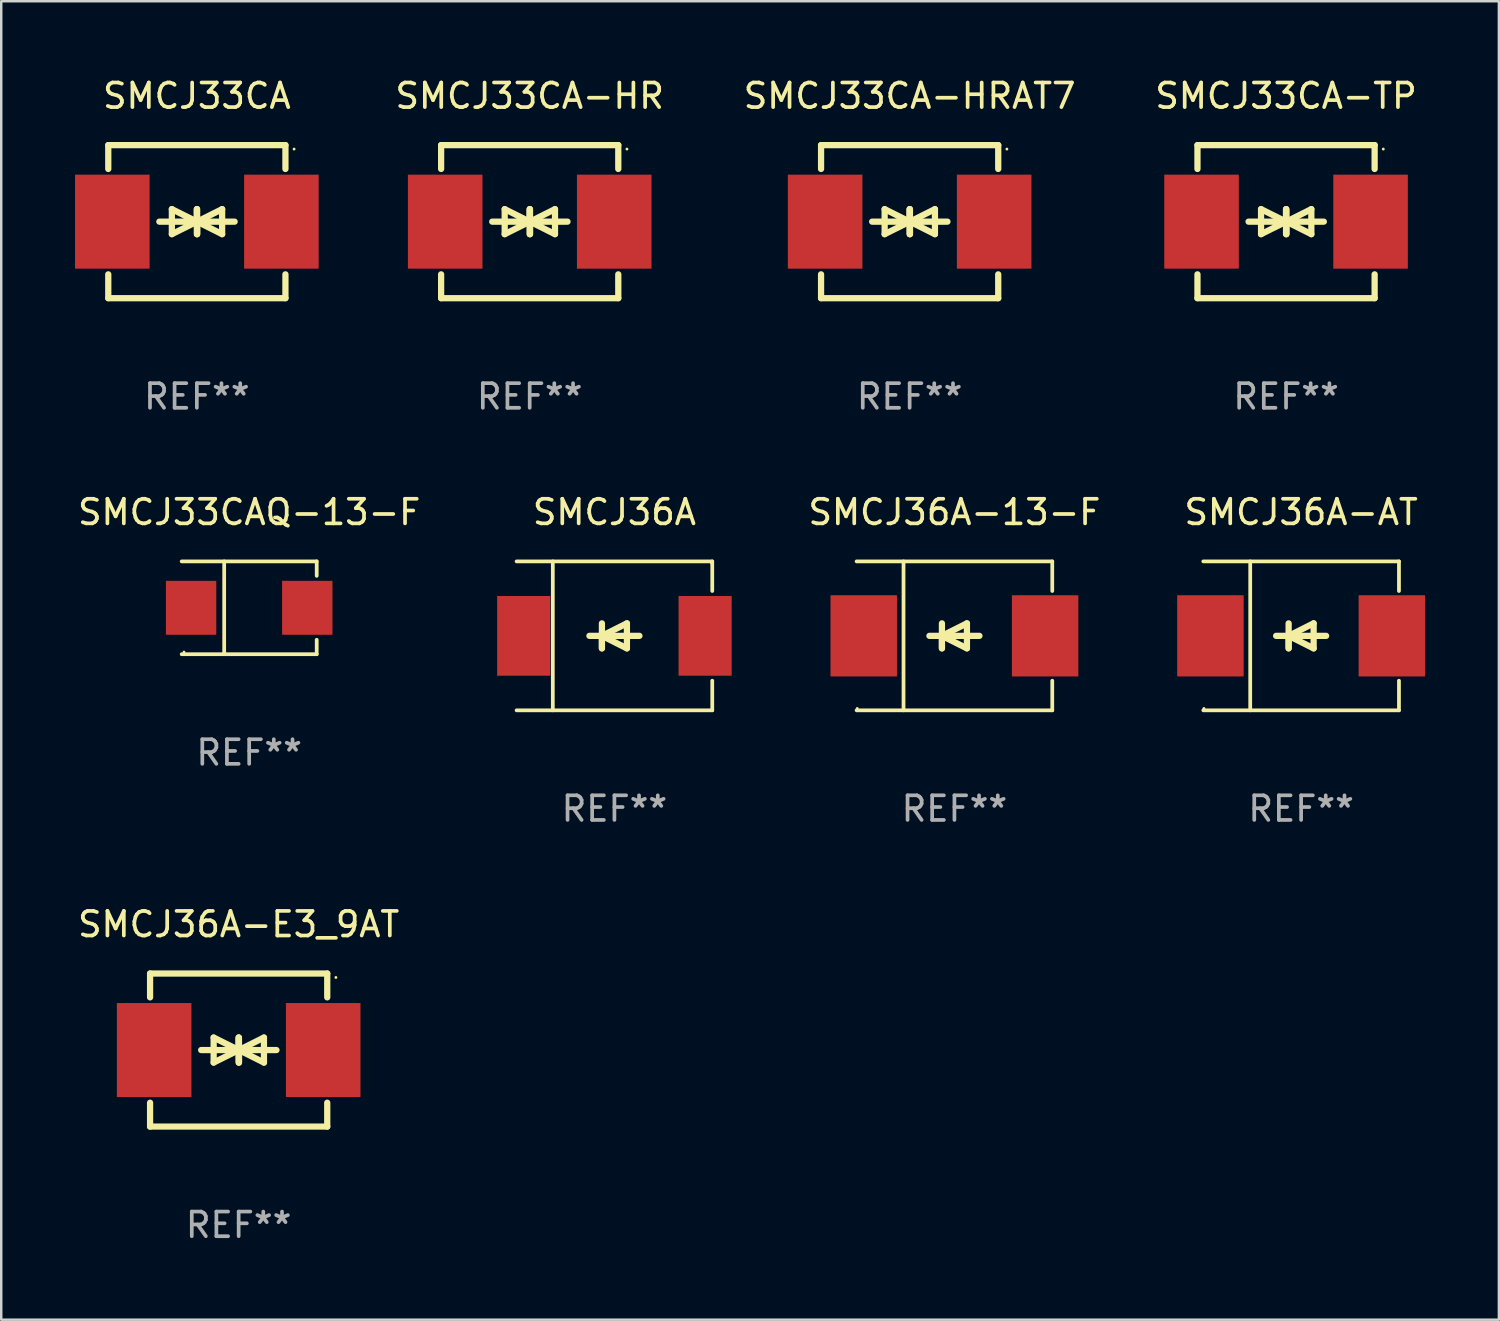
<source format=kicad_pcb>
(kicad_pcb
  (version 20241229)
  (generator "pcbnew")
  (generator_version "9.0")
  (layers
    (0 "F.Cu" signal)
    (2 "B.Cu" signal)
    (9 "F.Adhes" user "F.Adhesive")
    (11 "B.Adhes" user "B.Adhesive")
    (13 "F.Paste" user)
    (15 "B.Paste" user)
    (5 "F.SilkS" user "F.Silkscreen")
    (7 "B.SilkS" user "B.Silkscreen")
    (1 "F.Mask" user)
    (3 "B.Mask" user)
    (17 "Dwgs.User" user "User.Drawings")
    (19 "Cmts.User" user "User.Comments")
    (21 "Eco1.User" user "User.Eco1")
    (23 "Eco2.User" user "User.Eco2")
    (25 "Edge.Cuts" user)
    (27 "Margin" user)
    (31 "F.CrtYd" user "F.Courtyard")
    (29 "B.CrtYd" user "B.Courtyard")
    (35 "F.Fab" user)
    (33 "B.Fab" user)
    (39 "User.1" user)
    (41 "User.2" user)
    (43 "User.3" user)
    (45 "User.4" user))
  (footprint "SMCJ36A-13-F"
    (layer "F.Cu")
    (at 35.738 22.791)
    (property "Reference" "SMCJ36A-13-F" (at 0 -5.026 0) (layer "F.SilkS") (effects (font (size 1 1) (thickness 0.15))))
    (attr through_hole)
    (fp_line (start -3.976 -3.026) (end 3.976 -3.026) (stroke (width 0.152) (type solid)) (layer "F.SilkS"))
    (fp_line (start -3.976 3.026) (end 3.976 3.026) (stroke (width 0.152) (type solid)) (layer "F.SilkS"))
    (fp_line (start -2.069 -3.026) (end -2.069 3.026) (stroke (width 0.152) (type solid)) (layer "F.SilkS"))
    (fp_line (start -0.508 0) (end -0.508 0.508) (stroke (width 0.254) (type solid)) (layer "F.SilkS"))
    (fp_line (start -0.508 0) (end 0.508 0.508) (stroke (width 0.254) (type solid)) (layer "F.SilkS"))
    (fp_line (start -0.508 0.508) (end -0.508 -0.508) (stroke (width 0.254) (type solid)) (layer "F.SilkS"))
    (fp_line (start 0.508 -0.508) (end -0.508 0) (stroke (width 0.254) (type solid)) (layer "F.SilkS"))
    (fp_line (start 0.508 0.508) (end 0.508 -0.508) (stroke (width 0.254) (type solid)) (layer "F.SilkS"))
    (fp_line (start 1.016 0) (end -1.016 0) (stroke (width 0.254) (type solid)) (layer "F.SilkS"))
    (fp_line (start 3.976 -3.026) (end 3.976 -1.823) (stroke (width 0.152) (type solid)) (layer "F.SilkS"))
    (fp_line (start 3.976 3.026) (end 3.976 1.823) (stroke (width 0.152) (type solid)) (layer "F.SilkS"))
    (fp_circle (center -3.95 2.95) (end -3.92 2.95) (stroke (width 0.06) (type solid)) (fill no) (layer "F.SilkS"))
    (fp_text user "REF**" (at 0 7.026 0) (layer "F.Fab") (effects (font (size 1 1) (thickness 0.15))))
    (pad "1" smd rect (at -3.686 0) (size 2.7 3.3) (layers "F.Cu" "F.Mask" "F.Paste"))
    (pad "2" smd rect (at 3.686 0) (size 2.7 3.3) (layers "F.Cu" "F.Mask" "F.Paste")))
  (footprint "SMCJ36A-AT"
    (layer "F.Cu")
    (at 49.828 22.791)
    (property "Reference" "SMCJ36A-AT" (at 0 -5.026 0) (layer "F.SilkS") (effects (font (size 1 1) (thickness 0.15))))
    (attr through_hole)
    (fp_line (start -3.976 -3.026) (end 3.976 -3.026) (stroke (width 0.152) (type solid)) (layer "F.SilkS"))
    (fp_line (start -3.976 3.026) (end 3.976 3.026) (stroke (width 0.152) (type solid)) (layer "F.SilkS"))
    (fp_line (start -2.069 -3.026) (end -2.069 3.026) (stroke (width 0.152) (type solid)) (layer "F.SilkS"))
    (fp_line (start -0.508 0) (end -0.508 0.508) (stroke (width 0.254) (type solid)) (layer "F.SilkS"))
    (fp_line (start -0.508 0) (end 0.508 0.508) (stroke (width 0.254) (type solid)) (layer "F.SilkS"))
    (fp_line (start -0.508 0.508) (end -0.508 -0.508) (stroke (width 0.254) (type solid)) (layer "F.SilkS"))
    (fp_line (start 0.508 -0.508) (end -0.508 0) (stroke (width 0.254) (type solid)) (layer "F.SilkS"))
    (fp_line (start 0.508 0.508) (end 0.508 -0.508) (stroke (width 0.254) (type solid)) (layer "F.SilkS"))
    (fp_line (start 1.016 0) (end -1.016 0) (stroke (width 0.254) (type solid)) (layer "F.SilkS"))
    (fp_line (start 3.976 -3.026) (end 3.976 -1.823) (stroke (width 0.152) (type solid)) (layer "F.SilkS"))
    (fp_line (start 3.976 3.026) (end 3.976 1.823) (stroke (width 0.152) (type solid)) (layer "F.SilkS"))
    (fp_circle (center -3.95 2.95) (end -3.92 2.95) (stroke (width 0.06) (type solid)) (fill no) (layer "F.SilkS"))
    (fp_text user "REF**" (at 0 7.026 0) (layer "F.Fab") (effects (font (size 1 1) (thickness 0.15))))
    (pad "1" smd rect (at -3.686 0) (size 2.7 3.3) (layers "F.Cu" "F.Mask" "F.Paste"))
    (pad "2" smd rect (at 3.686 0) (size 2.7 3.3) (layers "F.Cu" "F.Mask" "F.Paste")))
  (footprint "SMCJ33CA"
    (layer "F.Cu")
    (at 4.95 5.958)
    (property "Reference" "SMCJ33CA" (at 0 -5.11 0) (layer "F.SilkS") (effects (font (size 1 1) (thickness 0.15))))
    (attr through_hole)
    (fp_line (start -3.6 -2.141) (end -3.6 -3.11) (stroke (width 0.254) (type solid)) (layer "F.SilkS"))
    (fp_line (start -3.6 3.11) (end -3.6 2.141) (stroke (width 0.254) (type solid)) (layer "F.SilkS"))
    (fp_line (start -1.524 0) (end 0.508 0) (stroke (width 0.254) (type solid)) (layer "F.SilkS"))
    (fp_line (start -1.016 -0.508) (end -1.016 0.508) (stroke (width 0.254) (type solid)) (layer "F.SilkS"))
    (fp_line (start -1.016 0.508) (end 0 0) (stroke (width 0.254) (type solid)) (layer "F.SilkS"))
    (fp_line (start 0 -0.508) (end 0 0.508) (stroke (width 0.254) (type solid)) (layer "F.SilkS"))
    (fp_line (start 0 0) (end -1.016 -0.508) (stroke (width 0.254) (type solid)) (layer "F.SilkS"))
    (fp_line (start 0 0) (end 0 -0.508) (stroke (width 0.254) (type solid)) (layer "F.SilkS"))
    (fp_line (start 0.012 0) (end 0.012 0.508) (stroke (width 0.254) (type solid)) (layer "F.SilkS"))
    (fp_line (start 0.012 0) (end 1.028 0.508) (stroke (width 0.254) (type solid)) (layer "F.SilkS"))
    (fp_line (start 0.012 0.508) (end 0.012 -0.508) (stroke (width 0.254) (type solid)) (layer "F.SilkS"))
    (fp_line (start 1.028 -0.508) (end 0.012 0) (stroke (width 0.254) (type solid)) (layer "F.SilkS"))
    (fp_line (start 1.028 0.508) (end 1.028 -0.508) (stroke (width 0.254) (type solid)) (layer "F.SilkS"))
    (fp_line (start 1.536 0) (end -0.496 0) (stroke (width 0.254) (type solid)) (layer "F.SilkS"))
    (fp_line (start 3.6 -3.11) (end -3.6 -3.11) (stroke (width 0.254) (type solid)) (layer "F.SilkS"))
    (fp_line (start 3.6 -2.141) (end 3.6 -3.11) (stroke (width 0.254) (type solid)) (layer "F.SilkS"))
    (fp_line (start 3.6 3.11) (end -3.6 3.11) (stroke (width 0.254) (type solid)) (layer "F.SilkS"))
    (fp_line (start 3.6 3.11) (end 3.6 2.141) (stroke (width 0.254) (type solid)) (layer "F.SilkS"))
    (fp_circle (center 3.952 -2.95) (end 3.982 -2.95) (stroke (width 0.06) (type solid)) (fill no) (layer "F.SilkS"))
    (fp_text user "REF**" (at 0 7.11 0) (layer "F.Fab") (effects (font (size 1 1) (thickness 0.15))))
    (pad "1" smd rect (at 3.435 0) (size 3.03 3.82) (layers "F.Cu" "F.Mask" "F.Paste"))
    (pad "2" smd rect (at -3.435 0) (size 3.03 3.82) (layers "F.Cu" "F.Mask" "F.Paste")))
  (footprint "SMCJ36A"
    (layer "F.Cu")
    (at 21.92 22.791)
    (property "Reference" "SMCJ36A" (at 0 -5.026 0) (layer "F.SilkS") (effects (font (size 1 1) (thickness 0.15))))
    (attr through_hole)
    (fp_line (start -3.976 -3.026) (end 3.976 -3.026) (stroke (width 0.152) (type solid)) (layer "F.SilkS"))
    (fp_line (start -3.976 3.026) (end 3.976 3.026) (stroke (width 0.152) (type solid)) (layer "F.SilkS"))
    (fp_line (start -2.504 -3.026) (end -2.504 3.026) (stroke (width 0.152) (type solid)) (layer "F.SilkS"))
    (fp_line (start -0.508 0) (end -0.508 0.508) (stroke (width 0.254) (type solid)) (layer "F.SilkS"))
    (fp_line (start -0.508 0) (end 0.508 0.508) (stroke (width 0.254) (type solid)) (layer "F.SilkS"))
    (fp_line (start -0.508 0.508) (end -0.508 -0.508) (stroke (width 0.254) (type solid)) (layer "F.SilkS"))
    (fp_line (start 0.508 -0.508) (end -0.508 0) (stroke (width 0.254) (type solid)) (layer "F.SilkS"))
    (fp_line (start 0.508 0.508) (end 0.508 -0.508) (stroke (width 0.254) (type solid)) (layer "F.SilkS"))
    (fp_line (start 1.016 0) (end -1.016 0) (stroke (width 0.254) (type solid)) (layer "F.SilkS"))
    (fp_line (start 3.976 -3.026) (end 3.976 -1.823) (stroke (width 0.152) (type solid)) (layer "F.SilkS"))
    (fp_line (start 3.976 3.026) (end 3.976 1.823) (stroke (width 0.152) (type solid)) (layer "F.SilkS"))
    (fp_circle (center 3.95 -2.95) (end 3.98 -2.95) (stroke (width 0.06) (type solid)) (fill no) (layer "F.SilkS"))
    (fp_text user "REF**" (at 0 7.026 0) (layer "F.Fab") (effects (font (size 1 1) (thickness 0.15))))
    (pad "1" smd rect (at 3.686 0 180) (size 2.158 3.24) (layers "F.Cu" "F.Mask" "F.Paste"))
    (pad "2" smd rect (at -3.686 0 180) (size 2.158 3.24) (layers "F.Cu" "F.Mask" "F.Paste")))
  (footprint "SMCJ33CA-HRAT7"
    (layer "F.Cu")
    (at 33.918 5.958)
    (property "Reference" "SMCJ33CA-HRAT7" (at 0 -5.11 0) (layer "F.SilkS") (effects (font (size 1 1) (thickness 0.15))))
    (attr through_hole)
    (fp_line (start -3.6 -2.141) (end -3.6 -3.11) (stroke (width 0.254) (type solid)) (layer "F.SilkS"))
    (fp_line (start -3.6 3.11) (end -3.6 2.141) (stroke (width 0.254) (type solid)) (layer "F.SilkS"))
    (fp_line (start -1.524 0) (end 0.508 0) (stroke (width 0.254) (type solid)) (layer "F.SilkS"))
    (fp_line (start -1.016 -0.508) (end -1.016 0.508) (stroke (width 0.254) (type solid)) (layer "F.SilkS"))
    (fp_line (start -1.016 0.508) (end 0 0) (stroke (width 0.254) (type solid)) (layer "F.SilkS"))
    (fp_line (start 0 -0.508) (end 0 0.508) (stroke (width 0.254) (type solid)) (layer "F.SilkS"))
    (fp_line (start 0 0) (end -1.016 -0.508) (stroke (width 0.254) (type solid)) (layer "F.SilkS"))
    (fp_line (start 0 0) (end 0 -0.508) (stroke (width 0.254) (type solid)) (layer "F.SilkS"))
    (fp_line (start 0.012 0) (end 0.012 0.508) (stroke (width 0.254) (type solid)) (layer "F.SilkS"))
    (fp_line (start 0.012 0) (end 1.028 0.508) (stroke (width 0.254) (type solid)) (layer "F.SilkS"))
    (fp_line (start 0.012 0.508) (end 0.012 -0.508) (stroke (width 0.254) (type solid)) (layer "F.SilkS"))
    (fp_line (start 1.028 -0.508) (end 0.012 0) (stroke (width 0.254) (type solid)) (layer "F.SilkS"))
    (fp_line (start 1.028 0.508) (end 1.028 -0.508) (stroke (width 0.254) (type solid)) (layer "F.SilkS"))
    (fp_line (start 1.536 0) (end -0.496 0) (stroke (width 0.254) (type solid)) (layer "F.SilkS"))
    (fp_line (start 3.6 -3.11) (end -3.6 -3.11) (stroke (width 0.254) (type solid)) (layer "F.SilkS"))
    (fp_line (start 3.6 -2.141) (end 3.6 -3.11) (stroke (width 0.254) (type solid)) (layer "F.SilkS"))
    (fp_line (start 3.6 3.11) (end -3.6 3.11) (stroke (width 0.254) (type solid)) (layer "F.SilkS"))
    (fp_line (start 3.6 3.11) (end 3.6 2.141) (stroke (width 0.254) (type solid)) (layer "F.SilkS"))
    (fp_circle (center 3.952 -2.95) (end 3.982 -2.95) (stroke (width 0.06) (type solid)) (fill no) (layer "F.SilkS"))
    (fp_text user "REF**" (at 0 7.11 0) (layer "F.Fab") (effects (font (size 1 1) (thickness 0.15))))
    (pad "1" smd rect (at 3.435 0) (size 3.03 3.82) (layers "F.Cu" "F.Mask" "F.Paste"))
    (pad "2" smd rect (at -3.435 0) (size 3.03 3.82) (layers "F.Cu" "F.Mask" "F.Paste")))
  (footprint "SMCJ33CAQ-13-F"
    (layer "F.Cu")
    (at 7.077 21.651)
    (property "Reference" "SMCJ33CAQ-13-F" (at 0 -3.886 0) (layer "F.SilkS") (effects (font (size 1 1) (thickness 0.15))))
    (attr through_hole)
    (fp_line (start -2.744 -1.886) (end 2.744 -1.886) (stroke (width 0.152) (type solid)) (layer "F.SilkS"))
    (fp_line (start -2.744 1.886) (end 2.744 1.886) (stroke (width 0.152) (type solid)) (layer "F.SilkS"))
    (fp_line (start -1.016 -1.886) (end -1.016 1.886) (stroke (width 0.152) (type solid)) (layer "F.SilkS"))
    (fp_line (start 2.744 -1.886) (end 2.744 -1.299) (stroke (width 0.152) (type solid)) (layer "F.SilkS"))
    (fp_line (start 2.744 1.886) (end 2.744 1.299) (stroke (width 0.152) (type solid)) (layer "F.SilkS"))
    (fp_circle (center -2.65 1.8) (end -2.62 1.8) (stroke (width 0.06) (type solid)) (fill no) (layer "F.SilkS"))
    (fp_text user "REF**" (at 0 5.886 0) (layer "F.Fab") (effects (font (size 1 1) (thickness 0.15))))
    (pad "1" smd rect (at -2.361 0) (size 2.047 2.192) (layers "F.Cu" "F.Mask" "F.Paste"))
    (pad "2" smd rect (at 2.361 0) (size 2.047 2.192) (layers "F.Cu" "F.Mask" "F.Paste")))
  (footprint "SMCJ36A-E3_9AT"
    (layer "F.Cu")
    (at 6.649 39.624)
    (property "Reference" "SMCJ36A-E3_9AT" (at 0 -5.11 0) (layer "F.SilkS") (effects (font (size 1 1) (thickness 0.15))))
    (attr through_hole)
    (fp_line (start -3.6 -2.141) (end -3.6 -3.11) (stroke (width 0.254) (type solid)) (layer "F.SilkS"))
    (fp_line (start -3.6 3.11) (end -3.6 2.141) (stroke (width 0.254) (type solid)) (layer "F.SilkS"))
    (fp_line (start -1.524 0) (end 0.508 0) (stroke (width 0.254) (type solid)) (layer "F.SilkS"))
    (fp_line (start -1.016 -0.508) (end -1.016 0.508) (stroke (width 0.254) (type solid)) (layer "F.SilkS"))
    (fp_line (start -1.016 0.508) (end 0 0) (stroke (width 0.254) (type solid)) (layer "F.SilkS"))
    (fp_line (start 0 -0.508) (end 0 0.508) (stroke (width 0.254) (type solid)) (layer "F.SilkS"))
    (fp_line (start 0 0) (end -1.016 -0.508) (stroke (width 0.254) (type solid)) (layer "F.SilkS"))
    (fp_line (start 0 0) (end 0 -0.508) (stroke (width 0.254) (type solid)) (layer "F.SilkS"))
    (fp_line (start 0.012 0) (end 0.012 0.508) (stroke (width 0.254) (type solid)) (layer "F.SilkS"))
    (fp_line (start 0.012 0) (end 1.028 0.508) (stroke (width 0.254) (type solid)) (layer "F.SilkS"))
    (fp_line (start 0.012 0.508) (end 0.012 -0.508) (stroke (width 0.254) (type solid)) (layer "F.SilkS"))
    (fp_line (start 1.028 -0.508) (end 0.012 0) (stroke (width 0.254) (type solid)) (layer "F.SilkS"))
    (fp_line (start 1.028 0.508) (end 1.028 -0.508) (stroke (width 0.254) (type solid)) (layer "F.SilkS"))
    (fp_line (start 1.536 0) (end -0.496 0) (stroke (width 0.254) (type solid)) (layer "F.SilkS"))
    (fp_line (start 3.6 -3.11) (end -3.6 -3.11) (stroke (width 0.254) (type solid)) (layer "F.SilkS"))
    (fp_line (start 3.6 -2.141) (end 3.6 -3.11) (stroke (width 0.254) (type solid)) (layer "F.SilkS"))
    (fp_line (start 3.6 3.11) (end -3.6 3.11) (stroke (width 0.254) (type solid)) (layer "F.SilkS"))
    (fp_line (start 3.6 3.11) (end 3.6 2.141) (stroke (width 0.254) (type solid)) (layer "F.SilkS"))
    (fp_circle (center 3.952 -2.95) (end 3.982 -2.95) (stroke (width 0.06) (type solid)) (fill no) (layer "F.SilkS"))
    (fp_text user "REF**" (at 0 7.11 0) (layer "F.Fab") (effects (font (size 1 1) (thickness 0.15))))
    (pad "1" smd rect (at 3.435 0) (size 3.03 3.82) (layers "F.Cu" "F.Mask" "F.Paste"))
    (pad "2" smd rect (at -3.435 0) (size 3.03 3.82) (layers "F.Cu" "F.Mask" "F.Paste")))
  (footprint "SMCJ33CA-HR"
    (layer "F.Cu")
    (at 18.477 5.958)
    (property "Reference" "SMCJ33CA-HR" (at 0 -5.11 0) (layer "F.SilkS") (effects (font (size 1 1) (thickness 0.15))))
    (attr through_hole)
    (fp_line (start -3.6 -2.141) (end -3.6 -3.11) (stroke (width 0.254) (type solid)) (layer "F.SilkS"))
    (fp_line (start -3.6 3.11) (end -3.6 2.141) (stroke (width 0.254) (type solid)) (layer "F.SilkS"))
    (fp_line (start -1.524 0) (end 0.508 0) (stroke (width 0.254) (type solid)) (layer "F.SilkS"))
    (fp_line (start -1.016 -0.508) (end -1.016 0.508) (stroke (width 0.254) (type solid)) (layer "F.SilkS"))
    (fp_line (start -1.016 0.508) (end 0 0) (stroke (width 0.254) (type solid)) (layer "F.SilkS"))
    (fp_line (start 0 -0.508) (end 0 0.508) (stroke (width 0.254) (type solid)) (layer "F.SilkS"))
    (fp_line (start 0 0) (end -1.016 -0.508) (stroke (width 0.254) (type solid)) (layer "F.SilkS"))
    (fp_line (start 0 0) (end 0 -0.508) (stroke (width 0.254) (type solid)) (layer "F.SilkS"))
    (fp_line (start 0.012 0) (end 0.012 0.508) (stroke (width 0.254) (type solid)) (layer "F.SilkS"))
    (fp_line (start 0.012 0) (end 1.028 0.508) (stroke (width 0.254) (type solid)) (layer "F.SilkS"))
    (fp_line (start 0.012 0.508) (end 0.012 -0.508) (stroke (width 0.254) (type solid)) (layer "F.SilkS"))
    (fp_line (start 1.028 -0.508) (end 0.012 0) (stroke (width 0.254) (type solid)) (layer "F.SilkS"))
    (fp_line (start 1.028 0.508) (end 1.028 -0.508) (stroke (width 0.254) (type solid)) (layer "F.SilkS"))
    (fp_line (start 1.536 0) (end -0.496 0) (stroke (width 0.254) (type solid)) (layer "F.SilkS"))
    (fp_line (start 3.6 -3.11) (end -3.6 -3.11) (stroke (width 0.254) (type solid)) (layer "F.SilkS"))
    (fp_line (start 3.6 -2.141) (end 3.6 -3.11) (stroke (width 0.254) (type solid)) (layer "F.SilkS"))
    (fp_line (start 3.6 3.11) (end -3.6 3.11) (stroke (width 0.254) (type solid)) (layer "F.SilkS"))
    (fp_line (start 3.6 3.11) (end 3.6 2.141) (stroke (width 0.254) (type solid)) (layer "F.SilkS"))
    (fp_circle (center 3.952 -2.95) (end 3.982 -2.95) (stroke (width 0.06) (type solid)) (fill no) (layer "F.SilkS"))
    (fp_text user "REF**" (at 0 7.11 0) (layer "F.Fab") (effects (font (size 1 1) (thickness 0.15))))
    (pad "1" smd rect (at 3.435 0) (size 3.03 3.82) (layers "F.Cu" "F.Mask" "F.Paste"))
    (pad "2" smd rect (at -3.435 0) (size 3.03 3.82) (layers "F.Cu" "F.Mask" "F.Paste")))
  (footprint "SMCJ33CA-TP"
    (layer "F.Cu")
    (at 49.215 5.958)
    (property "Reference" "SMCJ33CA-TP" (at 0 -5.11 0) (layer "F.SilkS") (effects (font (size 1 1) (thickness 0.15))))
    (attr through_hole)
    (fp_line (start -3.6 -2.141) (end -3.6 -3.11) (stroke (width 0.254) (type solid)) (layer "F.SilkS"))
    (fp_line (start -3.6 3.11) (end -3.6 2.141) (stroke (width 0.254) (type solid)) (layer "F.SilkS"))
    (fp_line (start -1.524 0) (end 0.508 0) (stroke (width 0.254) (type solid)) (layer "F.SilkS"))
    (fp_line (start -1.016 -0.508) (end -1.016 0.508) (stroke (width 0.254) (type solid)) (layer "F.SilkS"))
    (fp_line (start -1.016 0.508) (end 0 0) (stroke (width 0.254) (type solid)) (layer "F.SilkS"))
    (fp_line (start 0 -0.508) (end 0 0.508) (stroke (width 0.254) (type solid)) (layer "F.SilkS"))
    (fp_line (start 0 0) (end -1.016 -0.508) (stroke (width 0.254) (type solid)) (layer "F.SilkS"))
    (fp_line (start 0 0) (end 0 -0.508) (stroke (width 0.254) (type solid)) (layer "F.SilkS"))
    (fp_line (start 0.012 0) (end 0.012 0.508) (stroke (width 0.254) (type solid)) (layer "F.SilkS"))
    (fp_line (start 0.012 0) (end 1.028 0.508) (stroke (width 0.254) (type solid)) (layer "F.SilkS"))
    (fp_line (start 0.012 0.508) (end 0.012 -0.508) (stroke (width 0.254) (type solid)) (layer "F.SilkS"))
    (fp_line (start 1.028 -0.508) (end 0.012 0) (stroke (width 0.254) (type solid)) (layer "F.SilkS"))
    (fp_line (start 1.028 0.508) (end 1.028 -0.508) (stroke (width 0.254) (type solid)) (layer "F.SilkS"))
    (fp_line (start 1.536 0) (end -0.496 0) (stroke (width 0.254) (type solid)) (layer "F.SilkS"))
    (fp_line (start 3.6 -3.11) (end -3.6 -3.11) (stroke (width 0.254) (type solid)) (layer "F.SilkS"))
    (fp_line (start 3.6 -2.141) (end 3.6 -3.11) (stroke (width 0.254) (type solid)) (layer "F.SilkS"))
    (fp_line (start 3.6 3.11) (end -3.6 3.11) (stroke (width 0.254) (type solid)) (layer "F.SilkS"))
    (fp_line (start 3.6 3.11) (end 3.6 2.141) (stroke (width 0.254) (type solid)) (layer "F.SilkS"))
    (fp_circle (center 3.952 -2.95) (end 3.982 -2.95) (stroke (width 0.06) (type solid)) (fill no) (layer "F.SilkS"))
    (fp_text user "REF**" (at 0 7.11 0) (layer "F.Fab") (effects (font (size 1 1) (thickness 0.15))))
    (pad "1" smd rect (at 3.435 0) (size 3.03 3.82) (layers "F.Cu" "F.Mask" "F.Paste"))
    (pad "2" smd rect (at -3.435 0) (size 3.03 3.82) (layers "F.Cu" "F.Mask" "F.Paste")))
  (gr_rect
    (start -3 -3)
    (end 57.865 50.582)
    (stroke (width 0.1) (type default))
    (fill no)
    (layer "Edge.Cuts")))
</source>
